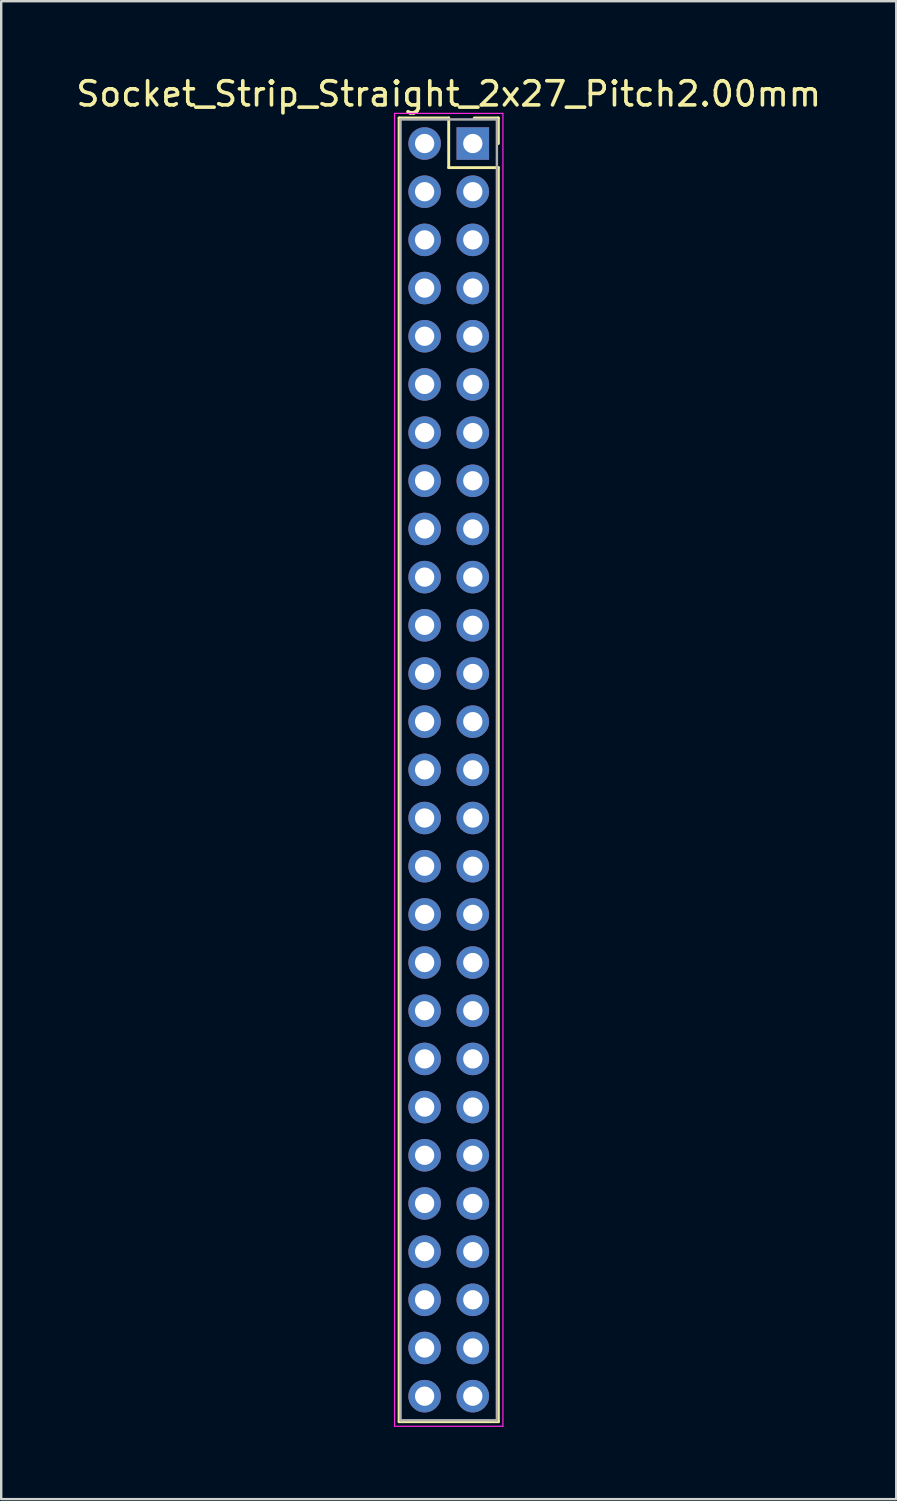
<source format=kicad_pcb>
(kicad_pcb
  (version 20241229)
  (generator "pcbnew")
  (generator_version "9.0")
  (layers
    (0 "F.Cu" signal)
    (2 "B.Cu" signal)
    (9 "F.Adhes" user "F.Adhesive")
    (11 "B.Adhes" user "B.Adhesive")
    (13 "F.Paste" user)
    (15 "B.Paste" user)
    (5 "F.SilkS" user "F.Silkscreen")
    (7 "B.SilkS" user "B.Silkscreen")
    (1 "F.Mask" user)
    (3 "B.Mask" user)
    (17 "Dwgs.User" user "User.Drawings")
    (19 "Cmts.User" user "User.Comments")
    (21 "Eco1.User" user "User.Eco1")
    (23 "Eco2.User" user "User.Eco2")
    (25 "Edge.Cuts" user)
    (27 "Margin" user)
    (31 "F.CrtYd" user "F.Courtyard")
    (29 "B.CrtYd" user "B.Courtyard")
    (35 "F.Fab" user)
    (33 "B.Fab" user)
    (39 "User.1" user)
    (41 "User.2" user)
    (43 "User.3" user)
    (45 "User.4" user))
  (footprint "Socket_Strip_Straight_2x27_Pitch2.00mm"
    (layer "F.Cu")
    (at 16.577 2.908)
    (property "Reference" "Socket_Strip_Straight_2x27_Pitch2.00mm" (at -1 -2.06 0) (layer "F.SilkS") (effects (font (size 1 1) (thickness 0.15))))
    (attr through_hole)
    (fp_line (start -3.06 -1.06) (end -1 -1.06) (stroke (width 0.12) (type solid)) (layer "F.SilkS"))
    (fp_line (start -3.06 53.06) (end -3.06 -1.06) (stroke (width 0.12) (type solid)) (layer "F.SilkS"))
    (fp_line (start -1 -1.06) (end -1 1) (stroke (width 0.12) (type solid)) (layer "F.SilkS"))
    (fp_line (start -1 1) (end 1.06 1) (stroke (width 0.12) (type solid)) (layer "F.SilkS"))
    (fp_line (start 1.06 -1.06) (end 0.06 -1.06) (stroke (width 0.12) (type solid)) (layer "F.SilkS"))
    (fp_line (start 1.06 0) (end 1.06 -1.06) (stroke (width 0.12) (type solid)) (layer "F.SilkS"))
    (fp_line (start 1.06 1) (end 1.06 53.06) (stroke (width 0.12) (type solid)) (layer "F.SilkS"))
    (fp_line (start 1.06 53.06) (end -3.06 53.06) (stroke (width 0.12) (type solid)) (layer "F.SilkS"))
    (fp_line (start -3.25 -1.25) (end -3.25 53.25) (stroke (width 0.05) (type solid)) (layer "F.CrtYd"))
    (fp_line (start -3.25 53.25) (end 1.25 53.25) (stroke (width 0.05) (type solid)) (layer "F.CrtYd"))
    (fp_line (start 1.25 -1.25) (end -3.25 -1.25) (stroke (width 0.05) (type solid)) (layer "F.CrtYd"))
    (fp_line (start 1.25 53.25) (end 1.25 -1.25) (stroke (width 0.05) (type solid)) (layer "F.CrtYd"))
    (fp_line (start -3 -1) (end -3 53) (stroke (width 0.1) (type solid)) (layer "F.Fab"))
    (fp_line (start -3 53) (end 1 53) (stroke (width 0.1) (type solid)) (layer "F.Fab"))
    (fp_line (start 1 -1) (end -3 -1) (stroke (width 0.1) (type solid)) (layer "F.Fab"))
    (fp_line (start 1 53) (end 1 -1) (stroke (width 0.1) (type solid)) (layer "F.Fab"))
    (pad "1" thru_hole rect (at 0 0) (size 1.35 1.35) (drill 0.8) (layers "*.Cu" "*.Mask"))
    (pad "2" thru_hole oval (at -2 0) (size 1.35 1.35) (drill 0.8) (layers "*.Cu" "*.Mask"))
    (pad "3" thru_hole oval (at 0 2) (size 1.35 1.35) (drill 0.8) (layers "*.Cu" "*.Mask"))
    (pad "4" thru_hole oval (at -2 2) (size 1.35 1.35) (drill 0.8) (layers "*.Cu" "*.Mask"))
    (pad "5" thru_hole oval (at 0 4) (size 1.35 1.35) (drill 0.8) (layers "*.Cu" "*.Mask"))
    (pad "6" thru_hole oval (at -2 4) (size 1.35 1.35) (drill 0.8) (layers "*.Cu" "*.Mask"))
    (pad "7" thru_hole oval (at 0 6) (size 1.35 1.35) (drill 0.8) (layers "*.Cu" "*.Mask"))
    (pad "8" thru_hole oval (at -2 6) (size 1.35 1.35) (drill 0.8) (layers "*.Cu" "*.Mask"))
    (pad "9" thru_hole oval (at 0 8) (size 1.35 1.35) (drill 0.8) (layers "*.Cu" "*.Mask"))
    (pad "10" thru_hole oval (at -2 8) (size 1.35 1.35) (drill 0.8) (layers "*.Cu" "*.Mask"))
    (pad "11" thru_hole oval (at 0 10) (size 1.35 1.35) (drill 0.8) (layers "*.Cu" "*.Mask"))
    (pad "12" thru_hole oval (at -2 10) (size 1.35 1.35) (drill 0.8) (layers "*.Cu" "*.Mask"))
    (pad "13" thru_hole oval (at 0 12) (size 1.35 1.35) (drill 0.8) (layers "*.Cu" "*.Mask"))
    (pad "14" thru_hole oval (at -2 12) (size 1.35 1.35) (drill 0.8) (layers "*.Cu" "*.Mask"))
    (pad "15" thru_hole oval (at 0 14) (size 1.35 1.35) (drill 0.8) (layers "*.Cu" "*.Mask"))
    (pad "16" thru_hole oval (at -2 14) (size 1.35 1.35) (drill 0.8) (layers "*.Cu" "*.Mask"))
    (pad "17" thru_hole oval (at 0 16) (size 1.35 1.35) (drill 0.8) (layers "*.Cu" "*.Mask"))
    (pad "18" thru_hole oval (at -2 16) (size 1.35 1.35) (drill 0.8) (layers "*.Cu" "*.Mask"))
    (pad "19" thru_hole oval (at 0 18) (size 1.35 1.35) (drill 0.8) (layers "*.Cu" "*.Mask"))
    (pad "20" thru_hole oval (at -2 18) (size 1.35 1.35) (drill 0.8) (layers "*.Cu" "*.Mask"))
    (pad "21" thru_hole oval (at 0 20) (size 1.35 1.35) (drill 0.8) (layers "*.Cu" "*.Mask"))
    (pad "22" thru_hole oval (at -2 20) (size 1.35 1.35) (drill 0.8) (layers "*.Cu" "*.Mask"))
    (pad "23" thru_hole oval (at 0 22) (size 1.35 1.35) (drill 0.8) (layers "*.Cu" "*.Mask"))
    (pad "24" thru_hole oval (at -2 22) (size 1.35 1.35) (drill 0.8) (layers "*.Cu" "*.Mask"))
    (pad "25" thru_hole oval (at 0 24) (size 1.35 1.35) (drill 0.8) (layers "*.Cu" "*.Mask"))
    (pad "26" thru_hole oval (at -2 24) (size 1.35 1.35) (drill 0.8) (layers "*.Cu" "*.Mask"))
    (pad "27" thru_hole oval (at 0 26) (size 1.35 1.35) (drill 0.8) (layers "*.Cu" "*.Mask"))
    (pad "28" thru_hole oval (at -2 26) (size 1.35 1.35) (drill 0.8) (layers "*.Cu" "*.Mask"))
    (pad "29" thru_hole oval (at 0 28) (size 1.35 1.35) (drill 0.8) (layers "*.Cu" "*.Mask"))
    (pad "30" thru_hole oval (at -2 28) (size 1.35 1.35) (drill 0.8) (layers "*.Cu" "*.Mask"))
    (pad "31" thru_hole oval (at 0 30) (size 1.35 1.35) (drill 0.8) (layers "*.Cu" "*.Mask"))
    (pad "32" thru_hole oval (at -2 30) (size 1.35 1.35) (drill 0.8) (layers "*.Cu" "*.Mask"))
    (pad "33" thru_hole oval (at 0 32) (size 1.35 1.35) (drill 0.8) (layers "*.Cu" "*.Mask"))
    (pad "34" thru_hole oval (at -2 32) (size 1.35 1.35) (drill 0.8) (layers "*.Cu" "*.Mask"))
    (pad "35" thru_hole oval (at 0 34) (size 1.35 1.35) (drill 0.8) (layers "*.Cu" "*.Mask"))
    (pad "36" thru_hole oval (at -2 34) (size 1.35 1.35) (drill 0.8) (layers "*.Cu" "*.Mask"))
    (pad "37" thru_hole oval (at 0 36) (size 1.35 1.35) (drill 0.8) (layers "*.Cu" "*.Mask"))
    (pad "38" thru_hole oval (at -2 36) (size 1.35 1.35) (drill 0.8) (layers "*.Cu" "*.Mask"))
    (pad "39" thru_hole oval (at 0 38) (size 1.35 1.35) (drill 0.8) (layers "*.Cu" "*.Mask"))
    (pad "40" thru_hole oval (at -2 38) (size 1.35 1.35) (drill 0.8) (layers "*.Cu" "*.Mask"))
    (pad "41" thru_hole oval (at 0 40) (size 1.35 1.35) (drill 0.8) (layers "*.Cu" "*.Mask"))
    (pad "42" thru_hole oval (at -2 40) (size 1.35 1.35) (drill 0.8) (layers "*.Cu" "*.Mask"))
    (pad "43" thru_hole oval (at 0 42) (size 1.35 1.35) (drill 0.8) (layers "*.Cu" "*.Mask"))
    (pad "44" thru_hole oval (at -2 42) (size 1.35 1.35) (drill 0.8) (layers "*.Cu" "*.Mask"))
    (pad "45" thru_hole oval (at 0 44) (size 1.35 1.35) (drill 0.8) (layers "*.Cu" "*.Mask"))
    (pad "46" thru_hole oval (at -2 44) (size 1.35 1.35) (drill 0.8) (layers "*.Cu" "*.Mask"))
    (pad "47" thru_hole oval (at 0 46) (size 1.35 1.35) (drill 0.8) (layers "*.Cu" "*.Mask"))
    (pad "48" thru_hole oval (at -2 46) (size 1.35 1.35) (drill 0.8) (layers "*.Cu" "*.Mask"))
    (pad "49" thru_hole oval (at 0 48) (size 1.35 1.35) (drill 0.8) (layers "*.Cu" "*.Mask"))
    (pad "50" thru_hole oval (at -2 48) (size 1.35 1.35) (drill 0.8) (layers "*.Cu" "*.Mask"))
    (pad "51" thru_hole oval (at 0 50) (size 1.35 1.35) (drill 0.8) (layers "*.Cu" "*.Mask"))
    (pad "52" thru_hole oval (at -2 50) (size 1.35 1.35) (drill 0.8) (layers "*.Cu" "*.Mask"))
    (pad "53" thru_hole oval (at 0 52) (size 1.35 1.35) (drill 0.8) (layers "*.Cu" "*.Mask"))
    (pad "54" thru_hole oval (at -2 52) (size 1.35 1.35) (drill 0.8) (layers "*.Cu" "*.Mask")))
  (gr_rect
    (start -3 -3)
    (end 34.155 59.183)
    (stroke (width 0.1) (type default))
    (fill no)
    (layer "Edge.Cuts")))
</source>
